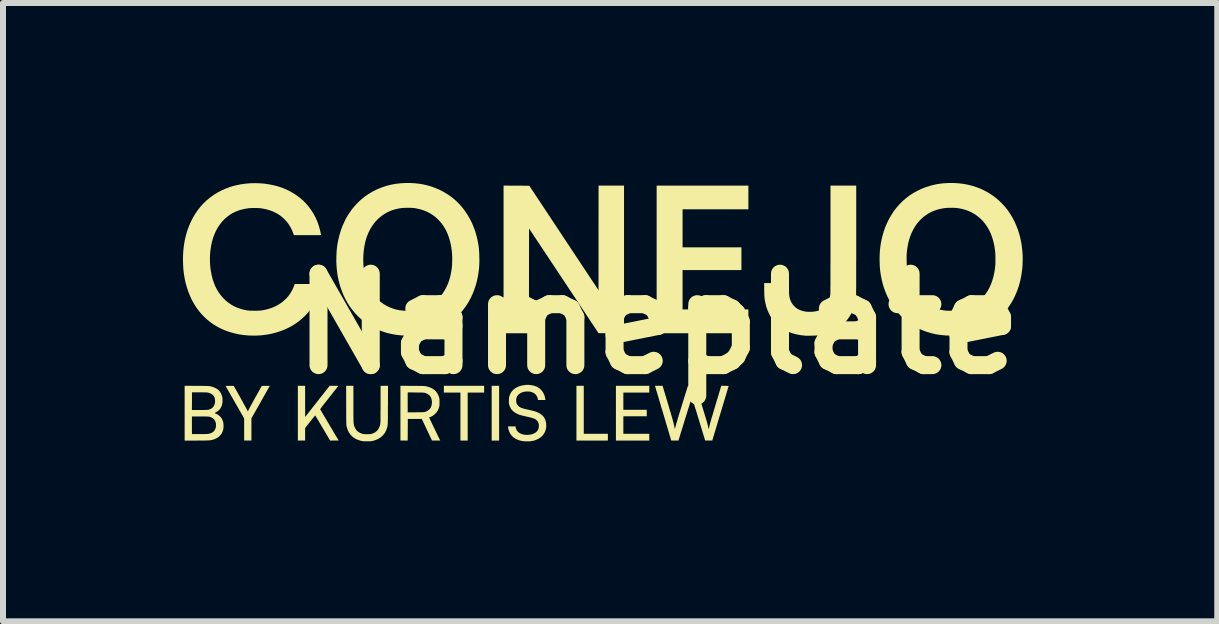
<source format=kicad_pcb>
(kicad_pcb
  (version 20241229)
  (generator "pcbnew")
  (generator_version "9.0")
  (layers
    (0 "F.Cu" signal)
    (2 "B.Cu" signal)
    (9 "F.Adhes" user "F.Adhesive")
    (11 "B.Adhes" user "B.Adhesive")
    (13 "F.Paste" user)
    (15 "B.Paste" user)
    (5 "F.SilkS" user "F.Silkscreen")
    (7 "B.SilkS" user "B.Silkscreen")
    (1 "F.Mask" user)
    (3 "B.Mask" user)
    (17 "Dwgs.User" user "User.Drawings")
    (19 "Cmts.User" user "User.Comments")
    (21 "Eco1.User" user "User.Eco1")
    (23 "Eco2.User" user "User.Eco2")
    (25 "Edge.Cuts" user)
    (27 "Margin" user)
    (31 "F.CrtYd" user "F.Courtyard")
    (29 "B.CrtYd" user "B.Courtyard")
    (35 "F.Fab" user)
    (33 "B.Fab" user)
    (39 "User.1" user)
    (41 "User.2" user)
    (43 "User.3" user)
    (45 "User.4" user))
  (footprint "Nameplate"
    (layer "F.Cu")
    (at 7.92 2.347)
    (property "Reference" "Nameplate" (at 0 0 0) (layer "F.SilkS") (effects (font (size 1.524 1.524) (thickness 0.3))))
    (attr board_only exclude_from_pos_files exclude_from_bom)
    (fp_poly (pts (xy -2.65 1.947) (xy -2.774 1.947) (xy -2.774 1.034) (xy -2.65 1.034)) (stroke (width 0) (type solid)) (fill yes) (layer "F.SilkS"))
    (fp_poly (pts (xy -1.239 1.834) (xy -0.837 1.834) (xy -0.837 1.947) (xy -1.361 1.947) (xy -1.361 1.034) (xy -1.239 1.034)) (stroke (width 0) (type solid)) (fill yes) (layer "F.SilkS"))
    (fp_poly (pts (xy -2.9 1.147) (xy -3.174 1.147) (xy -3.174 1.947) (xy -3.295 1.947) (xy -3.295 1.147) (xy -3.571 1.147) (xy -3.571 1.034) (xy -2.9 1.034)) (stroke (width 0) (type solid)) (fill yes) (layer "F.SilkS"))
    (fp_poly (pts (xy -0.147 1.147) (xy -0.579 1.147) (xy -0.579 1.434) (xy -0.189 1.434) (xy -0.189 1.542) (xy -0.579 1.542) (xy -0.579 1.834) (xy -0.147 1.834) (xy -0.147 1.947) (xy -0.703 1.947) (xy -0.703 1.034) (xy -0.147 1.034)) (stroke (width 0) (type solid)) (fill yes) (layer "F.SilkS"))
    (fp_poly (pts (xy 1.505 -1.908) (xy 0.408 -1.908) (xy 0.408 -1.274) (xy 1.389 -1.274) (xy 1.389 -0.895) (xy 0.408 -0.895) (xy 0.408 -0.239) (xy 1.505 -0.239) (xy 1.505 0.158) (xy -0.024 0.158) (xy -0.024 -2.303) (xy 1.505 -2.303)) (stroke (width 0) (type solid)) (fill yes) (layer "F.SilkS"))
    (fp_poly (pts (xy -2.362 -2.302) (xy -2.147 -2.301) (xy -1.57 -1.43) (xy -0.993 -0.559) (xy -0.993 -1.431) (xy -0.992 -2.303) (xy -0.568 -2.303) (xy -0.568 0.158) (xy -0.781 0.157) (xy -0.993 0.157) (xy -1.572 -0.716) (xy -2.151 -1.588) (xy -2.152 -0.715) (xy -2.153 0.158) (xy -2.576 0.158) (xy -2.576 -2.303)) (stroke (width 0) (type solid)) (fill yes) (layer "F.SilkS"))
    (fp_poly (pts (xy -7.104 1.035) (xy -7.091 1.035) (xy -7.082 1.035) (xy -7.076 1.036) (xy -7.073 1.037) (xy -7.072 1.037) (xy -7.07 1.04) (xy -7.066 1.048) (xy -7.06 1.059) (xy -7.052 1.073) (xy -7.042 1.091) (xy -7.031 1.11) (xy -7.018 1.133) (xy -7.005 1.156) (xy -6.991 1.182) (xy -6.976 1.208) (xy -6.962 1.234) (xy -6.947 1.261) (xy -6.932 1.287) (xy -6.918 1.313) (xy -6.905 1.338) (xy -6.892 1.361) (xy -6.881 1.382) (xy -6.87 1.4) (xy -6.862 1.416) (xy -6.855 1.429) (xy -6.85 1.438) (xy -6.848 1.443) (xy -6.847 1.443) (xy -6.839 1.462) (xy -6.82 1.424) (xy -6.815 1.415) (xy -6.809 1.402) (xy -6.8 1.386) (xy -6.789 1.366) (xy -6.777 1.344) (xy -6.764 1.319) (xy -6.749 1.293) (xy -6.734 1.265) (xy -6.718 1.236) (xy -6.704 1.211) (xy -6.607 1.036) (xy -6.54 1.035) (xy -6.522 1.035) (xy -6.506 1.035) (xy -6.492 1.035) (xy -6.482 1.035) (xy -6.475 1.035) (xy -6.474 1.036) (xy -6.475 1.038) (xy -6.479 1.045) (xy -6.485 1.056) (xy -6.493 1.07) (xy -6.503 1.088) (xy -6.515 1.109) (xy -6.528 1.133) (xy -6.543 1.159) (xy -6.559 1.188) (xy -6.577 1.219) (xy -6.595 1.252) (xy -6.614 1.286) (xy -6.626 1.307) (xy -6.779 1.576) (xy -6.779 1.947) (xy -6.9 1.947) (xy -6.9 1.762) (xy -6.9 1.578) (xy -7.055 1.307) (xy -7.21 1.036) (xy -7.143 1.035) (xy -7.121 1.035)) (stroke (width 0) (type solid)) (fill yes) (layer "F.SilkS"))
    (fp_poly (pts (xy -5.884 1.294) (xy -5.883 1.553) (xy -5.679 1.294) (xy -5.475 1.034) (xy -5.329 1.034) (xy -5.382 1.102) (xy -5.416 1.144) (xy -5.446 1.183) (xy -5.474 1.218) (xy -5.498 1.249) (xy -5.52 1.277) (xy -5.54 1.302) (xy -5.557 1.324) (xy -5.572 1.343) (xy -5.585 1.359) (xy -5.596 1.373) (xy -5.605 1.385) (xy -5.612 1.395) (xy -5.618 1.403) (xy -5.623 1.409) (xy -5.627 1.414) (xy -5.629 1.418) (xy -5.631 1.421) (xy -5.632 1.423) (xy -5.633 1.424) (xy -5.633 1.425) (xy -5.632 1.426) (xy -5.632 1.426) (xy -5.631 1.429) (xy -5.626 1.436) (xy -5.62 1.447) (xy -5.611 1.461) (xy -5.601 1.479) (xy -5.589 1.5) (xy -5.575 1.524) (xy -5.559 1.55) (xy -5.543 1.578) (xy -5.525 1.607) (xy -5.507 1.639) (xy -5.492 1.663) (xy -5.473 1.696) (xy -5.454 1.728) (xy -5.436 1.758) (xy -5.419 1.787) (xy -5.403 1.815) (xy -5.388 1.84) (xy -5.375 1.862) (xy -5.363 1.881) (xy -5.354 1.897) (xy -5.346 1.91) (xy -5.341 1.918) (xy -5.339 1.922) (xy -5.324 1.947) (xy -5.396 1.947) (xy -5.467 1.947) (xy -5.588 1.742) (xy -5.606 1.711) (xy -5.623 1.682) (xy -5.639 1.655) (xy -5.654 1.629) (xy -5.668 1.606) (xy -5.681 1.585) (xy -5.691 1.568) (xy -5.7 1.553) (xy -5.707 1.542) (xy -5.711 1.534) (xy -5.713 1.531) (xy -5.713 1.531) (xy -5.714 1.531) (xy -5.716 1.531) (xy -5.718 1.532) (xy -5.721 1.534) (xy -5.725 1.539) (xy -5.731 1.545) (xy -5.738 1.554) (xy -5.748 1.566) (xy -5.76 1.581) (xy -5.774 1.599) (xy -5.791 1.621) (xy -5.801 1.632) (xy -5.884 1.738) (xy -5.884 1.843) (xy -5.884 1.947) (xy -6.005 1.947) (xy -6.005 1.034) (xy -5.884 1.034)) (stroke (width 0) (type solid)) (fill yes) (layer "F.SilkS"))
    (fp_poly (pts (xy -4.097 1.035) (xy -4.06 1.035) (xy -4.027 1.035) (xy -3.999 1.036) (xy -3.975 1.036) (xy -3.955 1.036) (xy -3.938 1.036) (xy -3.924 1.037) (xy -3.913 1.037) (xy -3.903 1.038) (xy -3.895 1.038) (xy -3.888 1.039) (xy -3.882 1.04) (xy -3.876 1.04) (xy -3.871 1.041) (xy -3.87 1.042) (xy -3.829 1.052) (xy -3.792 1.065) (xy -3.759 1.082) (xy -3.73 1.102) (xy -3.705 1.126) (xy -3.684 1.153) (xy -3.667 1.184) (xy -3.653 1.218) (xy -3.649 1.231) (xy -3.647 1.238) (xy -3.646 1.246) (xy -3.645 1.254) (xy -3.644 1.264) (xy -3.644 1.276) (xy -3.644 1.293) (xy -3.644 1.307) (xy -3.644 1.326) (xy -3.644 1.341) (xy -3.644 1.352) (xy -3.645 1.362) (xy -3.646 1.37) (xy -3.648 1.378) (xy -3.65 1.386) (xy -3.661 1.421) (xy -3.677 1.453) (xy -3.697 1.481) (xy -3.721 1.507) (xy -3.748 1.528) (xy -3.779 1.546) (xy -3.795 1.553) (xy -3.805 1.557) (xy -3.812 1.561) (xy -3.815 1.563) (xy -3.816 1.564) (xy -3.815 1.566) (xy -3.811 1.573) (xy -3.806 1.584) (xy -3.8 1.598) (xy -3.792 1.615) (xy -3.782 1.635) (xy -3.772 1.657) (xy -3.761 1.68) (xy -3.749 1.705) (xy -3.737 1.73) (xy -3.724 1.756) (xy -3.712 1.782) (xy -3.7 1.807) (xy -3.688 1.831) (xy -3.678 1.853) (xy -3.668 1.874) (xy -3.659 1.892) (xy -3.651 1.908) (xy -3.645 1.92) (xy -3.641 1.929) (xy -3.64 1.93) (xy -3.631 1.947) (xy -3.769 1.946) (xy -3.854 1.766) (xy -3.939 1.586) (xy -4.172 1.586) (xy -4.174 1.947) (xy -4.295 1.947) (xy -4.295 1.144) (xy -4.174 1.144) (xy -4.174 1.477) (xy -4.039 1.476) (xy -4.008 1.475) (xy -3.982 1.475) (xy -3.961 1.475) (xy -3.943 1.475) (xy -3.928 1.474) (xy -3.917 1.474) (xy -3.908 1.473) (xy -3.901 1.473) (xy -3.895 1.472) (xy -3.891 1.471) (xy -3.888 1.47) (xy -3.861 1.46) (xy -3.836 1.446) (xy -3.815 1.429) (xy -3.798 1.41) (xy -3.794 1.405) (xy -3.783 1.382) (xy -3.775 1.357) (xy -3.771 1.33) (xy -3.77 1.302) (xy -3.772 1.275) (xy -3.779 1.249) (xy -3.788 1.225) (xy -3.794 1.216) (xy -3.81 1.195) (xy -3.831 1.178) (xy -3.855 1.164) (xy -3.883 1.153) (xy -3.886 1.152) (xy -3.891 1.151) (xy -3.896 1.15) (xy -3.901 1.149) (xy -3.907 1.148) (xy -3.915 1.147) (xy -3.924 1.147) (xy -3.936 1.147) (xy -3.951 1.146) (xy -3.969 1.146) (xy -3.991 1.146) (xy -4.018 1.146) (xy -4.04 1.145) (xy -4.174 1.144) (xy -4.295 1.144) (xy -4.295 1.034)) (stroke (width 0) (type solid)) (fill yes) (layer "F.SilkS"))
    (fp_poly (pts (xy -5.079 1.33) (xy -5.079 1.378) (xy -5.079 1.422) (xy -5.079 1.46) (xy -5.079 1.495) (xy -5.079 1.525) (xy -5.078 1.552) (xy -5.078 1.576) (xy -5.078 1.596) (xy -5.077 1.613) (xy -5.077 1.628) (xy -5.076 1.641) (xy -5.075 1.652) (xy -5.075 1.661) (xy -5.074 1.67) (xy -5.072 1.677) (xy -5.071 1.683) (xy -5.07 1.689) (xy -5.069 1.692) (xy -5.064 1.708) (xy -5.057 1.726) (xy -5.048 1.744) (xy -5.038 1.76) (xy -5.031 1.771) (xy -5.013 1.79) (xy -4.99 1.807) (xy -4.964 1.821) (xy -4.936 1.832) (xy -4.928 1.835) (xy -4.92 1.837) (xy -4.912 1.838) (xy -4.904 1.839) (xy -4.894 1.84) (xy -4.881 1.84) (xy -4.865 1.841) (xy -4.853 1.841) (xy -4.834 1.841) (xy -4.819 1.84) (xy -4.807 1.84) (xy -4.798 1.839) (xy -4.79 1.838) (xy -4.783 1.836) (xy -4.777 1.835) (xy -4.746 1.824) (xy -4.719 1.811) (xy -4.696 1.793) (xy -4.676 1.773) (xy -4.659 1.748) (xy -4.653 1.736) (xy -4.644 1.716) (xy -4.638 1.698) (xy -4.633 1.679) (xy -4.63 1.657) (xy -4.629 1.653) (xy -4.629 1.646) (xy -4.628 1.634) (xy -4.628 1.618) (xy -4.627 1.596) (xy -4.627 1.57) (xy -4.627 1.539) (xy -4.627 1.503) (xy -4.627 1.464) (xy -4.626 1.42) (xy -4.626 1.372) (xy -4.626 1.332) (xy -4.626 1.034) (xy -4.502 1.034) (xy -4.503 1.353) (xy -4.504 1.402) (xy -4.504 1.445) (xy -4.504 1.484) (xy -4.504 1.519) (xy -4.504 1.55) (xy -4.504 1.576) (xy -4.505 1.6) (xy -4.505 1.62) (xy -4.505 1.638) (xy -4.506 1.653) (xy -4.506 1.666) (xy -4.507 1.677) (xy -4.508 1.686) (xy -4.509 1.694) (xy -4.51 1.702) (xy -4.511 1.708) (xy -4.513 1.714) (xy -4.514 1.721) (xy -4.516 1.727) (xy -4.518 1.734) (xy -4.518 1.736) (xy -4.532 1.774) (xy -4.549 1.809) (xy -4.571 1.841) (xy -4.596 1.869) (xy -4.625 1.894) (xy -4.658 1.915) (xy -4.695 1.933) (xy -4.735 1.947) (xy -4.759 1.953) (xy -4.768 1.955) (xy -4.778 1.956) (xy -4.789 1.957) (xy -4.803 1.958) (xy -4.82 1.959) (xy -4.841 1.959) (xy -4.842 1.959) (xy -4.86 1.959) (xy -4.876 1.959) (xy -4.89 1.959) (xy -4.901 1.959) (xy -4.908 1.959) (xy -4.909 1.959) (xy -4.953 1.951) (xy -4.993 1.939) (xy -5.029 1.925) (xy -5.061 1.907) (xy -5.09 1.886) (xy -5.116 1.862) (xy -5.138 1.835) (xy -5.156 1.807) (xy -5.172 1.775) (xy -5.184 1.74) (xy -5.193 1.707) (xy -5.194 1.704) (xy -5.194 1.7) (xy -5.195 1.696) (xy -5.196 1.692) (xy -5.196 1.686) (xy -5.197 1.68) (xy -5.197 1.672) (xy -5.197 1.662) (xy -5.198 1.651) (xy -5.198 1.636) (xy -5.198 1.62) (xy -5.198 1.6) (xy -5.199 1.578) (xy -5.199 1.551) (xy -5.199 1.521) (xy -5.199 1.487) (xy -5.199 1.449) (xy -5.199 1.405) (xy -5.199 1.359) (xy -5.2 1.034) (xy -5.079 1.034)) (stroke (width 0) (type solid)) (fill yes) (layer "F.SilkS"))
    (fp_poly (pts (xy 3.303 -1.393) (xy 3.303 -1.303) (xy 3.303 -1.217) (xy 3.303 -1.135) (xy 3.303 -1.057) (xy 3.302 -0.984) (xy 3.302 -0.916) (xy 3.302 -0.852) (xy 3.302 -0.792) (xy 3.302 -0.737) (xy 3.302 -0.687) (xy 3.302 -0.641) (xy 3.302 -0.6) (xy 3.301 -0.564) (xy 3.301 -0.533) (xy 3.301 -0.507) (xy 3.301 -0.486) (xy 3.301 -0.47) (xy 3.3 -0.46) (xy 3.3 -0.454) (xy 3.3 -0.454) (xy 3.292 -0.39) (xy 3.279 -0.329) (xy 3.263 -0.271) (xy 3.241 -0.215) (xy 3.216 -0.163) (xy 3.187 -0.113) (xy 3.153 -0.067) (xy 3.115 -0.023) (xy 3.073 0.017) (xy 3.028 0.053) (xy 3.004 0.07) (xy 2.955 0.1) (xy 2.904 0.126) (xy 2.851 0.148) (xy 2.794 0.166) (xy 2.735 0.18) (xy 2.672 0.192) (xy 2.657 0.194) (xy 2.647 0.195) (xy 2.632 0.196) (xy 2.613 0.197) (xy 2.593 0.197) (xy 2.57 0.198) (xy 2.547 0.199) (xy 2.524 0.199) (xy 2.503 0.199) (xy 2.483 0.199) (xy 2.466 0.199) (xy 2.454 0.199) (xy 2.45 0.198) (xy 2.384 0.191) (xy 2.322 0.18) (xy 2.263 0.166) (xy 2.208 0.148) (xy 2.155 0.127) (xy 2.106 0.101) (xy 2.059 0.073) (xy 2.015 0.04) (xy 2.012 0.038) (xy 1.971 0.002) (xy 1.934 -0.038) (xy 1.9 -0.082) (xy 1.87 -0.129) (xy 1.844 -0.18) (xy 1.821 -0.233) (xy 1.802 -0.289) (xy 1.788 -0.348) (xy 1.787 -0.353) (xy 1.783 -0.371) (xy 1.78 -0.389) (xy 1.777 -0.405) (xy 1.775 -0.421) (xy 1.774 -0.438) (xy 1.772 -0.456) (xy 1.771 -0.476) (xy 1.77 -0.499) (xy 1.77 -0.526) (xy 1.769 -0.557) (xy 1.769 -0.568) (xy 1.768 -0.679) (xy 2.181 -0.679) (xy 2.182 -0.581) (xy 2.183 -0.551) (xy 2.183 -0.527) (xy 2.184 -0.506) (xy 2.185 -0.488) (xy 2.186 -0.472) (xy 2.188 -0.459) (xy 2.19 -0.446) (xy 2.193 -0.434) (xy 2.196 -0.422) (xy 2.2 -0.409) (xy 2.201 -0.406) (xy 2.212 -0.377) (xy 2.225 -0.351) (xy 2.24 -0.327) (xy 2.258 -0.305) (xy 2.27 -0.293) (xy 2.296 -0.268) (xy 2.325 -0.248) (xy 2.358 -0.231) (xy 2.394 -0.218) (xy 2.434 -0.207) (xy 2.447 -0.205) (xy 2.462 -0.203) (xy 2.476 -0.201) (xy 2.492 -0.2) (xy 2.512 -0.2) (xy 2.528 -0.199) (xy 2.568 -0.2) (xy 2.604 -0.204) (xy 2.637 -0.209) (xy 2.668 -0.218) (xy 2.697 -0.229) (xy 2.712 -0.235) (xy 2.745 -0.254) (xy 2.774 -0.277) (xy 2.799 -0.303) (xy 2.821 -0.333) (xy 2.839 -0.367) (xy 2.853 -0.405) (xy 2.864 -0.446) (xy 2.871 -0.491) (xy 2.871 -0.494) (xy 2.871 -0.5) (xy 2.872 -0.51) (xy 2.872 -0.525) (xy 2.872 -0.546) (xy 2.872 -0.571) (xy 2.872 -0.601) (xy 2.873 -0.637) (xy 2.873 -0.677) (xy 2.873 -0.722) (xy 2.873 -0.773) (xy 2.873 -0.828) (xy 2.873 -0.889) (xy 2.873 -0.955) (xy 2.874 -1.026) (xy 2.874 -1.102) (xy 2.874 -1.183) (xy 2.874 -1.27) (xy 2.874 -1.362) (xy 2.874 -1.412) (xy 2.874 -2.303) (xy 3.303 -2.303)) (stroke (width 0) (type solid)) (fill yes) (layer "F.SilkS"))
    (fp_poly (pts (xy -2.15 1.019) (xy -2.109 1.024) (xy -2.07 1.032) (xy -2.035 1.044) (xy -2.002 1.061) (xy -1.973 1.081) (xy -1.948 1.104) (xy -1.926 1.131) (xy -1.908 1.162) (xy -1.894 1.196) (xy -1.884 1.233) (xy -1.88 1.257) (xy -1.878 1.271) (xy -2.002 1.271) (xy -2.006 1.25) (xy -2.014 1.223) (xy -2.026 1.199) (xy -2.042 1.178) (xy -2.062 1.161) (xy -2.086 1.147) (xy -2.113 1.137) (xy -2.129 1.133) (xy -2.145 1.13) (xy -2.165 1.129) (xy -2.186 1.129) (xy -2.207 1.13) (xy -2.227 1.133) (xy -2.243 1.135) (xy -2.246 1.136) (xy -2.276 1.147) (xy -2.302 1.16) (xy -2.323 1.177) (xy -2.341 1.197) (xy -2.35 1.211) (xy -2.359 1.23) (xy -2.364 1.249) (xy -2.366 1.27) (xy -2.366 1.276) (xy -2.364 1.303) (xy -2.358 1.328) (xy -2.347 1.349) (xy -2.333 1.367) (xy -2.314 1.383) (xy -2.296 1.394) (xy -2.289 1.397) (xy -2.282 1.401) (xy -2.275 1.403) (xy -2.267 1.406) (xy -2.258 1.409) (xy -2.247 1.413) (xy -2.233 1.416) (xy -2.216 1.42) (xy -2.195 1.425) (xy -2.171 1.431) (xy -2.151 1.436) (xy -2.129 1.441) (xy -2.108 1.446) (xy -2.087 1.451) (xy -2.069 1.456) (xy -2.054 1.46) (xy -2.042 1.464) (xy -2.038 1.465) (xy -2.001 1.48) (xy -1.969 1.497) (xy -1.941 1.518) (xy -1.917 1.54) (xy -1.898 1.566) (xy -1.883 1.595) (xy -1.872 1.626) (xy -1.866 1.661) (xy -1.866 1.665) (xy -1.864 1.702) (xy -1.867 1.739) (xy -1.875 1.773) (xy -1.888 1.806) (xy -1.905 1.836) (xy -1.926 1.864) (xy -1.939 1.877) (xy -1.967 1.9) (xy -2 1.92) (xy -2.035 1.936) (xy -2.074 1.949) (xy -2.114 1.956) (xy -2.133 1.959) (xy -2.155 1.96) (xy -2.179 1.96) (xy -2.204 1.96) (xy -2.227 1.959) (xy -2.248 1.957) (xy -2.262 1.955) (xy -2.304 1.946) (xy -2.342 1.933) (xy -2.376 1.917) (xy -2.406 1.897) (xy -2.432 1.874) (xy -2.454 1.848) (xy -2.472 1.818) (xy -2.483 1.794) (xy -2.492 1.768) (xy -2.498 1.743) (xy -2.5 1.73) (xy -2.502 1.711) (xy -2.377 1.711) (xy -2.374 1.73) (xy -2.367 1.754) (xy -2.356 1.776) (xy -2.341 1.796) (xy -2.322 1.813) (xy -2.299 1.827) (xy -2.273 1.839) (xy -2.245 1.847) (xy -2.214 1.851) (xy -2.18 1.852) (xy -2.17 1.852) (xy -2.133 1.848) (xy -2.1 1.841) (xy -2.071 1.83) (xy -2.047 1.816) (xy -2.026 1.799) (xy -2.008 1.778) (xy -2.008 1.778) (xy -1.998 1.759) (xy -1.991 1.738) (xy -1.988 1.715) (xy -1.987 1.712) (xy -1.988 1.685) (xy -1.992 1.662) (xy -2 1.641) (xy -2.011 1.623) (xy -2.019 1.615) (xy -2.027 1.606) (xy -2.035 1.599) (xy -2.043 1.593) (xy -2.053 1.587) (xy -2.064 1.582) (xy -2.077 1.577) (xy -2.093 1.572) (xy -2.112 1.566) (xy -2.135 1.561) (xy -2.162 1.554) (xy -2.182 1.55) (xy -2.211 1.543) (xy -2.237 1.537) (xy -2.258 1.532) (xy -2.276 1.527) (xy -2.291 1.523) (xy -2.303 1.52) (xy -2.314 1.516) (xy -2.324 1.513) (xy -2.332 1.509) (xy -2.341 1.505) (xy -2.346 1.503) (xy -2.379 1.485) (xy -2.408 1.465) (xy -2.431 1.443) (xy -2.451 1.418) (xy -2.466 1.39) (xy -2.471 1.378) (xy -2.478 1.359) (xy -2.483 1.342) (xy -2.486 1.325) (xy -2.487 1.306) (xy -2.488 1.283) (xy -2.488 1.282) (xy -2.487 1.255) (xy -2.484 1.231) (xy -2.479 1.209) (xy -2.472 1.188) (xy -2.468 1.179) (xy -2.453 1.148) (xy -2.433 1.121) (xy -2.409 1.096) (xy -2.381 1.075) (xy -2.35 1.057) (xy -2.315 1.042) (xy -2.277 1.031) (xy -2.237 1.023) (xy -2.195 1.019)) (stroke (width 0) (type solid)) (fill yes) (layer "F.SilkS"))
    (fp_poly (pts (xy -7.694 1.035) (xy -7.656 1.035) (xy -7.624 1.035) (xy -7.595 1.035) (xy -7.571 1.036) (xy -7.551 1.036) (xy -7.533 1.036) (xy -7.519 1.037) (xy -7.507 1.037) (xy -7.497 1.038) (xy -7.489 1.038) (xy -7.483 1.039) (xy -7.477 1.04) (xy -7.472 1.04) (xy -7.471 1.041) (xy -7.432 1.05) (xy -7.396 1.063) (xy -7.364 1.079) (xy -7.337 1.098) (xy -7.313 1.121) (xy -7.294 1.147) (xy -7.279 1.176) (xy -7.268 1.208) (xy -7.265 1.222) (xy -7.262 1.238) (xy -7.261 1.257) (xy -7.261 1.278) (xy -7.261 1.3) (xy -7.263 1.319) (xy -7.265 1.332) (xy -7.273 1.364) (xy -7.285 1.393) (xy -7.301 1.419) (xy -7.322 1.441) (xy -7.347 1.461) (xy -7.375 1.478) (xy -7.385 1.483) (xy -7.391 1.487) (xy -7.393 1.489) (xy -7.391 1.491) (xy -7.391 1.491) (xy -7.364 1.502) (xy -7.341 1.514) (xy -7.321 1.528) (xy -7.301 1.546) (xy -7.301 1.546) (xy -7.29 1.558) (xy -7.282 1.568) (xy -7.275 1.578) (xy -7.268 1.591) (xy -7.267 1.592) (xy -7.258 1.614) (xy -7.251 1.635) (xy -7.247 1.657) (xy -7.244 1.68) (xy -7.244 1.703) (xy -7.245 1.736) (xy -7.25 1.765) (xy -7.258 1.792) (xy -7.269 1.818) (xy -7.28 1.836) (xy -7.3 1.862) (xy -7.324 1.885) (xy -7.352 1.904) (xy -7.384 1.92) (xy -7.413 1.93) (xy -7.422 1.933) (xy -7.43 1.935) (xy -7.438 1.937) (xy -7.446 1.939) (xy -7.454 1.94) (xy -7.463 1.942) (xy -7.473 1.943) (xy -7.485 1.944) (xy -7.499 1.944) (xy -7.515 1.945) (xy -7.534 1.945) (xy -7.556 1.946) (xy -7.582 1.946) (xy -7.612 1.946) (xy -7.646 1.946) (xy -7.686 1.947) (xy -7.686 1.947) (xy -7.892 1.948) (xy -7.892 1.69) (xy -7.771 1.69) (xy -7.771 1.718) (xy -7.771 1.743) (xy -7.771 1.767) (xy -7.771 1.788) (xy -7.77 1.806) (xy -7.77 1.82) (xy -7.77 1.831) (xy -7.77 1.836) (xy -7.769 1.838) (xy -7.766 1.838) (xy -7.759 1.839) (xy -7.747 1.839) (xy -7.732 1.839) (xy -7.714 1.839) (xy -7.694 1.839) (xy -7.672 1.839) (xy -7.649 1.839) (xy -7.627 1.839) (xy -7.604 1.839) (xy -7.583 1.839) (xy -7.563 1.839) (xy -7.545 1.838) (xy -7.53 1.838) (xy -7.518 1.837) (xy -7.511 1.837) (xy -7.479 1.832) (xy -7.452 1.823) (xy -7.429 1.811) (xy -7.409 1.795) (xy -7.393 1.776) (xy -7.381 1.753) (xy -7.375 1.735) (xy -7.371 1.72) (xy -7.37 1.701) (xy -7.37 1.681) (xy -7.371 1.661) (xy -7.375 1.644) (xy -7.376 1.64) (xy -7.386 1.617) (xy -7.399 1.596) (xy -7.418 1.579) (xy -7.44 1.565) (xy -7.447 1.561) (xy -7.455 1.557) (xy -7.462 1.555) (xy -7.469 1.552) (xy -7.477 1.55) (xy -7.486 1.549) (xy -7.496 1.547) (xy -7.508 1.546) (xy -7.523 1.546) (xy -7.541 1.545) (xy -7.563 1.545) (xy -7.588 1.545) (xy -7.618 1.545) (xy -7.637 1.545) (xy -7.771 1.545) (xy -7.771 1.69) (xy -7.892 1.69) (xy -7.892 1.437) (xy -7.771 1.437) (xy -7.644 1.437) (xy -7.613 1.437) (xy -7.587 1.437) (xy -7.565 1.437) (xy -7.547 1.436) (xy -7.532 1.436) (xy -7.521 1.435) (xy -7.512 1.435) (xy -7.504 1.434) (xy -7.498 1.433) (xy -7.497 1.433) (xy -7.47 1.425) (xy -7.446 1.413) (xy -7.426 1.397) (xy -7.41 1.378) (xy -7.398 1.356) (xy -7.389 1.331) (xy -7.385 1.303) (xy -7.385 1.279) (xy -7.388 1.253) (xy -7.393 1.231) (xy -7.402 1.212) (xy -7.415 1.195) (xy -7.426 1.184) (xy -7.445 1.17) (xy -7.468 1.158) (xy -7.495 1.149) (xy -7.499 1.148) (xy -7.504 1.147) (xy -7.51 1.146) (xy -7.516 1.145) (xy -7.524 1.145) (xy -7.534 1.144) (xy -7.546 1.144) (xy -7.56 1.144) (xy -7.579 1.144) (xy -7.601 1.143) (xy -7.628 1.143) (xy -7.645 1.143) (xy -7.77 1.143) (xy -7.77 1.29) (xy -7.771 1.437) (xy -7.892 1.437) (xy -7.892 1.034)) (stroke (width 0) (type solid)) (fill yes) (layer "F.SilkS"))
    (fp_poly (pts (xy 0.158 1.311) (xy 0.172 1.358) (xy 0.184 1.4) (xy 0.195 1.438) (xy 0.206 1.471) (xy 0.214 1.501) (xy 0.222 1.528) (xy 0.229 1.552) (xy 0.235 1.573) (xy 0.241 1.592) (xy 0.245 1.609) (xy 0.25 1.625) (xy 0.253 1.639) (xy 0.257 1.653) (xy 0.26 1.666) (xy 0.263 1.679) (xy 0.266 1.692) (xy 0.269 1.705) (xy 0.272 1.72) (xy 0.276 1.736) (xy 0.279 1.75) (xy 0.28 1.754) (xy 0.281 1.755) (xy 0.282 1.752) (xy 0.283 1.746) (xy 0.286 1.735) (xy 0.286 1.733) (xy 0.289 1.721) (xy 0.293 1.707) (xy 0.297 1.692) (xy 0.301 1.675) (xy 0.306 1.656) (xy 0.313 1.635) (xy 0.32 1.611) (xy 0.328 1.583) (xy 0.337 1.553) (xy 0.347 1.519) (xy 0.359 1.481) (xy 0.372 1.439) (xy 0.386 1.393) (xy 0.402 1.343) (xy 0.41 1.314) (xy 0.497 1.036) (xy 0.63 1.036) (xy 0.716 1.316) (xy 0.731 1.365) (xy 0.745 1.409) (xy 0.757 1.449) (xy 0.768 1.485) (xy 0.778 1.517) (xy 0.787 1.545) (xy 0.794 1.57) (xy 0.801 1.593) (xy 0.807 1.612) (xy 0.812 1.63) (xy 0.816 1.645) (xy 0.82 1.659) (xy 0.823 1.671) (xy 0.826 1.682) (xy 0.829 1.693) (xy 0.831 1.703) (xy 0.833 1.713) (xy 0.834 1.717) (xy 0.837 1.73) (xy 0.84 1.742) (xy 0.842 1.75) (xy 0.843 1.754) (xy 0.843 1.755) (xy 0.844 1.755) (xy 0.845 1.752) (xy 0.847 1.746) (xy 0.849 1.737) (xy 0.852 1.724) (xy 0.853 1.72) (xy 0.855 1.71) (xy 0.857 1.701) (xy 0.859 1.691) (xy 0.862 1.68) (xy 0.865 1.669) (xy 0.868 1.656) (xy 0.872 1.641) (xy 0.877 1.625) (xy 0.882 1.606) (xy 0.888 1.584) (xy 0.895 1.56) (xy 0.904 1.533) (xy 0.913 1.502) (xy 0.923 1.467) (xy 0.935 1.428) (xy 0.948 1.385) (xy 0.961 1.341) (xy 0.972 1.303) (xy 0.983 1.266) (xy 0.994 1.231) (xy 1.004 1.198) (xy 1.013 1.167) (xy 1.021 1.139) (xy 1.029 1.114) (xy 1.035 1.092) (xy 1.041 1.074) (xy 1.045 1.059) (xy 1.048 1.049) (xy 1.05 1.044) (xy 1.05 1.043) (xy 1.053 1.034) (xy 1.115 1.034) (xy 1.133 1.034) (xy 1.148 1.035) (xy 1.161 1.035) (xy 1.17 1.036) (xy 1.176 1.036) (xy 1.176 1.037) (xy 1.176 1.039) (xy 1.173 1.047) (xy 1.17 1.058) (xy 1.165 1.074) (xy 1.159 1.094) (xy 1.152 1.117) (xy 1.144 1.144) (xy 1.136 1.173) (xy 1.126 1.205) (xy 1.116 1.239) (xy 1.105 1.275) (xy 1.094 1.313) (xy 1.082 1.352) (xy 1.07 1.392) (xy 1.058 1.433) (xy 1.045 1.474) (xy 1.033 1.515) (xy 1.02 1.556) (xy 1.008 1.597) (xy 0.996 1.637) (xy 0.985 1.676) (xy 0.973 1.713) (xy 0.963 1.748) (xy 0.953 1.782) (xy 0.943 1.813) (xy 0.935 1.841) (xy 0.927 1.867) (xy 0.92 1.889) (xy 0.915 1.907) (xy 0.91 1.922) (xy 0.907 1.932) (xy 0.905 1.938) (xy 0.905 1.939) (xy 0.902 1.947) (xy 0.785 1.947) (xy 0.675 1.587) (xy 0.662 1.545) (xy 0.65 1.504) (xy 0.638 1.465) (xy 0.626 1.428) (xy 0.615 1.393) (xy 0.605 1.36) (xy 0.596 1.331) (xy 0.588 1.304) (xy 0.581 1.281) (xy 0.575 1.262) (xy 0.57 1.246) (xy 0.566 1.235) (xy 0.564 1.228) (xy 0.563 1.226) (xy 0.562 1.229) (xy 0.56 1.236) (xy 0.556 1.248) (xy 0.551 1.264) (xy 0.545 1.283) (xy 0.538 1.306) (xy 0.529 1.333) (xy 0.52 1.363) (xy 0.51 1.395) (xy 0.499 1.429) (xy 0.488 1.466) (xy 0.476 1.505) (xy 0.463 1.545) (xy 0.458 1.563) (xy 0.445 1.604) (xy 0.433 1.644) (xy 0.421 1.683) (xy 0.41 1.719) (xy 0.399 1.754) (xy 0.389 1.787) (xy 0.379 1.817) (xy 0.371 1.844) (xy 0.364 1.867) (xy 0.358 1.887) (xy 0.353 1.903) (xy 0.349 1.915) (xy 0.347 1.922) (xy 0.347 1.923) (xy 0.339 1.947) (xy 0.219 1.947) (xy 0.095 1.528) (xy 0.081 1.482) (xy 0.068 1.437) (xy 0.054 1.393) (xy 0.042 1.35) (xy 0.03 1.31) (xy 0.018 1.271) (xy 0.008 1.235) (xy -0.002 1.202) (xy -0.011 1.172) (xy -0.019 1.145) (xy -0.026 1.122) (xy -0.032 1.103) (xy -0.036 1.087) (xy -0.039 1.077) (xy -0.041 1.072) (xy -0.052 1.034) (xy 0.075 1.034)) (stroke (width 0) (type solid)) (fill yes) (layer "F.SilkS"))
    (fp_poly (pts (xy -6.645 -2.342) (xy -6.567 -2.336) (xy -6.49 -2.325) (xy -6.415 -2.31) (xy -6.342 -2.292) (xy -6.272 -2.269) (xy -6.218 -2.247) (xy -6.151 -2.216) (xy -6.087 -2.18) (xy -6.026 -2.141) (xy -5.969 -2.098) (xy -5.916 -2.052) (xy -5.867 -2.002) (xy -5.821 -1.948) (xy -5.78 -1.891) (xy -5.743 -1.832) (xy -5.709 -1.769) (xy -5.68 -1.703) (xy -5.656 -1.634) (xy -5.636 -1.562) (xy -5.625 -1.515) (xy -5.623 -1.503) (xy -5.621 -1.492) (xy -5.619 -1.484) (xy -5.618 -1.479) (xy -5.618 -1.479) (xy -5.62 -1.479) (xy -5.625 -1.478) (xy -5.632 -1.478) (xy -5.644 -1.477) (xy -5.659 -1.477) (xy -5.678 -1.477) (xy -5.702 -1.477) (xy -5.73 -1.477) (xy -5.762 -1.477) (xy -5.799 -1.477) (xy -5.842 -1.477) (xy -5.845 -1.477) (xy -6.071 -1.478) (xy -6.081 -1.505) (xy -6.102 -1.559) (xy -6.127 -1.609) (xy -6.157 -1.657) (xy -6.19 -1.701) (xy -6.221 -1.735) (xy -6.253 -1.766) (xy -6.285 -1.793) (xy -6.319 -1.817) (xy -6.355 -1.84) (xy -6.383 -1.854) (xy -6.431 -1.876) (xy -6.481 -1.894) (xy -6.534 -1.909) (xy -6.591 -1.92) (xy -6.636 -1.927) (xy -6.653 -1.928) (xy -6.674 -1.929) (xy -6.697 -1.93) (xy -6.723 -1.93) (xy -6.749 -1.93) (xy -6.774 -1.929) (xy -6.798 -1.928) (xy -6.818 -1.927) (xy -6.833 -1.925) (xy -6.893 -1.915) (xy -6.949 -1.902) (xy -7.001 -1.885) (xy -7.051 -1.865) (xy -7.099 -1.841) (xy -7.139 -1.816) (xy -7.186 -1.781) (xy -7.229 -1.743) (xy -7.27 -1.7) (xy -7.306 -1.654) (xy -7.34 -1.604) (xy -7.369 -1.551) (xy -7.395 -1.494) (xy -7.417 -1.434) (xy -7.436 -1.37) (xy -7.45 -1.304) (xy -7.46 -1.239) (xy -7.468 -1.167) (xy -7.471 -1.094) (xy -7.47 -1.022) (xy -7.465 -0.951) (xy -7.456 -0.882) (xy -7.443 -0.814) (xy -7.427 -0.749) (xy -7.406 -0.687) (xy -7.383 -0.628) (xy -7.381 -0.625) (xy -7.353 -0.57) (xy -7.322 -0.519) (xy -7.286 -0.471) (xy -7.248 -0.427) (xy -7.206 -0.386) (xy -7.161 -0.35) (xy -7.113 -0.317) (xy -7.063 -0.289) (xy -7.01 -0.266) (xy -6.955 -0.247) (xy -6.911 -0.235) (xy -6.888 -0.23) (xy -6.867 -0.226) (xy -6.848 -0.223) (xy -6.829 -0.221) (xy -6.809 -0.219) (xy -6.788 -0.218) (xy -6.763 -0.218) (xy -6.735 -0.217) (xy -6.73 -0.217) (xy -6.701 -0.217) (xy -6.675 -0.218) (xy -6.653 -0.219) (xy -6.632 -0.22) (xy -6.613 -0.222) (xy -6.593 -0.225) (xy -6.572 -0.229) (xy -6.551 -0.233) (xy -6.492 -0.248) (xy -6.435 -0.267) (xy -6.382 -0.29) (xy -6.331 -0.317) (xy -6.284 -0.347) (xy -6.241 -0.382) (xy -6.201 -0.419) (xy -6.164 -0.46) (xy -6.132 -0.505) (xy -6.104 -0.552) (xy -6.08 -0.603) (xy -6.068 -0.632) (xy -6.057 -0.663) (xy -5.611 -0.663) (xy -5.616 -0.64) (xy -5.633 -0.568) (xy -5.655 -0.499) (xy -5.682 -0.432) (xy -5.713 -0.367) (xy -5.749 -0.305) (xy -5.789 -0.246) (xy -5.833 -0.19) (xy -5.881 -0.137) (xy -5.933 -0.088) (xy -5.989 -0.041) (xy -6.049 0.001) (xy -6.084 0.024) (xy -6.151 0.061) (xy -6.22 0.094) (xy -6.292 0.122) (xy -6.366 0.146) (xy -6.443 0.166) (xy -6.522 0.181) (xy -6.602 0.191) (xy -6.649 0.195) (xy -6.671 0.196) (xy -6.698 0.197) (xy -6.727 0.197) (xy -6.756 0.197) (xy -6.785 0.196) (xy -6.812 0.196) (xy -6.835 0.195) (xy -6.837 0.194) (xy -6.916 0.187) (xy -6.994 0.175) (xy -7.07 0.158) (xy -7.144 0.137) (xy -7.215 0.112) (xy -7.284 0.082) (xy -7.35 0.048) (xy -7.412 0.01) (xy -7.442 -0.011) (xy -7.476 -0.036) (xy -7.512 -0.065) (xy -7.547 -0.097) (xy -7.581 -0.13) (xy -7.613 -0.164) (xy -7.641 -0.197) (xy -7.648 -0.205) (xy -7.693 -0.265) (xy -7.734 -0.329) (xy -7.771 -0.396) (xy -7.804 -0.467) (xy -7.833 -0.54) (xy -7.858 -0.616) (xy -7.879 -0.695) (xy -7.889 -0.741) (xy -7.903 -0.821) (xy -7.913 -0.903) (xy -7.918 -0.987) (xy -7.92 -1.072) (xy -7.918 -1.156) (xy -7.912 -1.24) (xy -7.902 -1.322) (xy -7.889 -1.395) (xy -7.871 -1.473) (xy -7.849 -1.549) (xy -7.822 -1.623) (xy -7.792 -1.693) (xy -7.758 -1.761) (xy -7.72 -1.826) (xy -7.679 -1.887) (xy -7.634 -1.945) (xy -7.586 -1.999) (xy -7.535 -2.049) (xy -7.53 -2.053) (xy -7.471 -2.102) (xy -7.409 -2.147) (xy -7.345 -2.187) (xy -7.278 -2.222) (xy -7.208 -2.253) (xy -7.136 -2.28) (xy -7.061 -2.302) (xy -6.983 -2.319) (xy -6.959 -2.324) (xy -6.881 -2.335) (xy -6.802 -2.342) (xy -6.723 -2.344)) (stroke (width 0) (type solid)) (fill yes) (layer "F.SilkS"))
    (fp_poly (pts (xy 4.934 -2.346) (xy 5.016 -2.341) (xy 5.096 -2.331) (xy 5.173 -2.316) (xy 5.249 -2.296) (xy 5.323 -2.271) (xy 5.395 -2.242) (xy 5.428 -2.226) (xy 5.495 -2.191) (xy 5.558 -2.151) (xy 5.619 -2.107) (xy 5.676 -2.059) (xy 5.73 -2.007) (xy 5.781 -1.952) (xy 5.828 -1.893) (xy 5.871 -1.83) (xy 5.91 -1.764) (xy 5.946 -1.695) (xy 5.977 -1.622) (xy 6 -1.561) (xy 6.025 -1.482) (xy 6.044 -1.401) (xy 6.06 -1.317) (xy 6.07 -1.233) (xy 6.077 -1.147) (xy 6.078 -1.062) (xy 6.075 -0.976) (xy 6.067 -0.89) (xy 6.055 -0.806) (xy 6.038 -0.722) (xy 6.034 -0.706) (xy 6.012 -0.627) (xy 5.986 -0.55) (xy 5.955 -0.477) (xy 5.921 -0.406) (xy 5.882 -0.338) (xy 5.838 -0.273) (xy 5.801 -0.224) (xy 5.787 -0.206) (xy 5.769 -0.187) (xy 5.749 -0.165) (xy 5.727 -0.143) (xy 5.705 -0.121) (xy 5.683 -0.1) (xy 5.662 -0.08) (xy 5.643 -0.064) (xy 5.632 -0.054) (xy 5.57 -0.009) (xy 5.506 0.033) (xy 5.439 0.069) (xy 5.37 0.101) (xy 5.298 0.129) (xy 5.224 0.152) (xy 5.147 0.171) (xy 5.069 0.184) (xy 4.988 0.193) (xy 4.969 0.195) (xy 4.947 0.196) (xy 4.921 0.197) (xy 4.893 0.197) (xy 4.863 0.197) (xy 4.835 0.196) (xy 4.809 0.196) (xy 4.786 0.194) (xy 4.784 0.194) (xy 4.704 0.186) (xy 4.626 0.174) (xy 4.55 0.156) (xy 4.476 0.134) (xy 4.405 0.107) (xy 4.337 0.077) (xy 4.271 0.041) (xy 4.208 0.002) (xy 4.148 -0.042) (xy 4.091 -0.089) (xy 4.038 -0.141) (xy 3.988 -0.196) (xy 3.941 -0.255) (xy 3.898 -0.317) (xy 3.859 -0.384) (xy 3.823 -0.453) (xy 3.792 -0.526) (xy 3.767 -0.593) (xy 3.745 -0.664) (xy 3.728 -0.733) (xy 3.714 -0.804) (xy 3.703 -0.875) (xy 3.696 -0.949) (xy 3.693 -1.025) (xy 3.692 -1.074) (xy 3.693 -1.104) (xy 4.143 -1.104) (xy 4.143 -1.077) (xy 4.143 -1.049) (xy 4.144 -1.021) (xy 4.144 -0.994) (xy 4.146 -0.969) (xy 4.147 -0.948) (xy 4.149 -0.933) (xy 4.157 -0.872) (xy 4.168 -0.815) (xy 4.181 -0.761) (xy 4.197 -0.709) (xy 4.216 -0.659) (xy 4.238 -0.61) (xy 4.241 -0.604) (xy 4.27 -0.549) (xy 4.303 -0.499) (xy 4.34 -0.452) (xy 4.38 -0.408) (xy 4.424 -0.369) (xy 4.449 -0.35) (xy 4.495 -0.319) (xy 4.545 -0.291) (xy 4.598 -0.268) (xy 4.653 -0.248) (xy 4.711 -0.233) (xy 4.771 -0.222) (xy 4.791 -0.22) (xy 4.811 -0.218) (xy 4.835 -0.217) (xy 4.862 -0.217) (xy 4.891 -0.217) (xy 4.919 -0.217) (xy 4.947 -0.219) (xy 4.972 -0.22) (xy 4.994 -0.222) (xy 5.001 -0.224) (xy 5.063 -0.235) (xy 5.122 -0.251) (xy 5.177 -0.272) (xy 5.23 -0.297) (xy 5.281 -0.326) (xy 5.328 -0.36) (xy 5.334 -0.365) (xy 5.379 -0.404) (xy 5.42 -0.447) (xy 5.457 -0.494) (xy 5.491 -0.544) (xy 5.521 -0.598) (xy 5.548 -0.656) (xy 5.57 -0.717) (xy 5.589 -0.781) (xy 5.604 -0.848) (xy 5.615 -0.918) (xy 5.621 -0.977) (xy 5.622 -0.994) (xy 5.623 -1.016) (xy 5.623 -1.04) (xy 5.623 -1.067) (xy 5.623 -1.094) (xy 5.623 -1.122) (xy 5.622 -1.149) (xy 5.621 -1.173) (xy 5.619 -1.195) (xy 5.618 -1.213) (xy 5.617 -1.218) (xy 5.607 -1.289) (xy 5.593 -1.355) (xy 5.576 -1.418) (xy 5.556 -1.477) (xy 5.532 -1.533) (xy 5.505 -1.585) (xy 5.481 -1.624) (xy 5.448 -1.671) (xy 5.411 -1.715) (xy 5.37 -1.756) (xy 5.327 -1.792) (xy 5.282 -1.825) (xy 5.268 -1.833) (xy 5.223 -1.858) (xy 5.174 -1.88) (xy 5.122 -1.899) (xy 5.068 -1.914) (xy 5.013 -1.925) (xy 4.982 -1.929) (xy 4.966 -1.931) (xy 4.947 -1.932) (xy 4.925 -1.933) (xy 4.9 -1.933) (xy 4.875 -1.933) (xy 4.85 -1.933) (xy 4.827 -1.932) (xy 4.805 -1.931) (xy 4.787 -1.929) (xy 4.775 -1.928) (xy 4.714 -1.917) (xy 4.656 -1.903) (xy 4.602 -1.884) (xy 4.552 -1.863) (xy 4.504 -1.837) (xy 4.458 -1.807) (xy 4.449 -1.8) (xy 4.403 -1.763) (xy 4.361 -1.722) (xy 4.322 -1.677) (xy 4.287 -1.628) (xy 4.256 -1.576) (xy 4.228 -1.52) (xy 4.204 -1.461) (xy 4.184 -1.398) (xy 4.167 -1.332) (xy 4.155 -1.263) (xy 4.146 -1.191) (xy 4.145 -1.171) (xy 4.143 -1.152) (xy 4.143 -1.13) (xy 4.143 -1.104) (xy 3.693 -1.104) (xy 3.693 -1.127) (xy 3.695 -1.177) (xy 3.698 -1.225) (xy 3.703 -1.271) (xy 3.71 -1.319) (xy 3.718 -1.368) (xy 3.719 -1.37) (xy 3.736 -1.451) (xy 3.758 -1.529) (xy 3.784 -1.604) (xy 3.815 -1.677) (xy 3.849 -1.746) (xy 3.887 -1.812) (xy 3.928 -1.875) (xy 3.974 -1.935) (xy 4.023 -1.991) (xy 4.075 -2.043) (xy 4.131 -2.092) (xy 4.19 -2.137) (xy 4.252 -2.178) (xy 4.318 -2.214) (xy 4.386 -2.247) (xy 4.457 -2.275) (xy 4.531 -2.299) (xy 4.568 -2.309) (xy 4.632 -2.324) (xy 4.698 -2.335) (xy 4.766 -2.342) (xy 4.837 -2.346) (xy 4.851 -2.346)) (stroke (width 0) (type solid)) (fill yes) (layer "F.SilkS"))
    (fp_poly (pts (xy -4.066 -2.343) (xy -3.987 -2.335) (xy -3.928 -2.325) (xy -3.854 -2.309) (xy -3.781 -2.288) (xy -3.71 -2.262) (xy -3.64 -2.232) (xy -3.574 -2.197) (xy -3.51 -2.159) (xy -3.449 -2.116) (xy -3.426 -2.098) (xy -3.369 -2.05) (xy -3.316 -1.997) (xy -3.266 -1.941) (xy -3.22 -1.881) (xy -3.178 -1.818) (xy -3.139 -1.752) (xy -3.104 -1.683) (xy -3.074 -1.61) (xy -3.047 -1.536) (xy -3.025 -1.459) (xy -3.009 -1.391) (xy -3.002 -1.352) (xy -2.995 -1.315) (xy -2.99 -1.28) (xy -2.986 -1.244) (xy -2.984 -1.208) (xy -2.981 -1.169) (xy -2.98 -1.127) (xy -2.98 -1.105) (xy -2.979 -1.068) (xy -2.979 -1.034) (xy -2.98 -1.004) (xy -2.981 -0.976) (xy -2.983 -0.948) (xy -2.985 -0.92) (xy -2.989 -0.89) (xy -2.99 -0.88) (xy -3.002 -0.798) (xy -3.019 -0.718) (xy -3.04 -0.64) (xy -3.065 -0.565) (xy -3.094 -0.492) (xy -3.127 -0.422) (xy -3.165 -0.354) (xy -3.206 -0.29) (xy -3.251 -0.23) (xy -3.299 -0.172) (xy -3.351 -0.119) (xy -3.386 -0.087) (xy -3.445 -0.038) (xy -3.507 0.006) (xy -3.572 0.045) (xy -3.64 0.081) (xy -3.71 0.111) (xy -3.782 0.137) (xy -3.857 0.159) (xy -3.935 0.176) (xy -4.014 0.188) (xy -4.087 0.195) (xy -4.101 0.195) (xy -4.118 0.196) (xy -4.138 0.196) (xy -4.16 0.197) (xy -4.182 0.197) (xy -4.203 0.197) (xy -4.222 0.197) (xy -4.238 0.196) (xy -4.25 0.196) (xy -4.289 0.193) (xy -4.323 0.189) (xy -4.353 0.186) (xy -4.367 0.184) (xy -4.445 0.17) (xy -4.522 0.152) (xy -4.595 0.128) (xy -4.667 0.101) (xy -4.736 0.068) (xy -4.802 0.031) (xy -4.852 -0.001) (xy -4.905 -0.04) (xy -4.958 -0.083) (xy -5.008 -0.131) (xy -5.055 -0.181) (xy -5.099 -0.234) (xy -5.132 -0.278) (xy -5.173 -0.34) (xy -5.209 -0.405) (xy -5.243 -0.474) (xy -5.272 -0.546) (xy -5.298 -0.62) (xy -5.319 -0.697) (xy -5.337 -0.775) (xy -5.347 -0.834) (xy -5.355 -0.901) (xy -5.361 -0.971) (xy -5.364 -1.042) (xy -5.363 -1.09) (xy -4.915 -1.09) (xy -4.914 -1.019) (xy -4.909 -0.949) (xy -4.9 -0.879) (xy -4.887 -0.812) (xy -4.882 -0.788) (xy -4.865 -0.727) (xy -4.844 -0.669) (xy -4.821 -0.615) (xy -4.795 -0.564) (xy -4.764 -0.516) (xy -4.742 -0.484) (xy -4.704 -0.438) (xy -4.663 -0.397) (xy -4.619 -0.359) (xy -4.572 -0.326) (xy -4.522 -0.297) (xy -4.469 -0.272) (xy -4.414 -0.251) (xy -4.357 -0.235) (xy -4.297 -0.224) (xy -4.274 -0.221) (xy -4.262 -0.22) (xy -4.25 -0.219) (xy -4.242 -0.218) (xy -4.239 -0.217) (xy -4.231 -0.217) (xy -4.218 -0.216) (xy -4.201 -0.216) (xy -4.183 -0.217) (xy -4.162 -0.217) (xy -4.142 -0.218) (xy -4.121 -0.218) (xy -4.102 -0.219) (xy -4.085 -0.22) (xy -4.072 -0.221) (xy -4.063 -0.222) (xy -4.013 -0.231) (xy -3.966 -0.242) (xy -3.923 -0.255) (xy -3.881 -0.271) (xy -3.84 -0.289) (xy -3.827 -0.296) (xy -3.777 -0.325) (xy -3.729 -0.359) (xy -3.685 -0.396) (xy -3.644 -0.438) (xy -3.606 -0.484) (xy -3.583 -0.517) (xy -3.552 -0.567) (xy -3.525 -0.619) (xy -3.501 -0.673) (xy -3.481 -0.729) (xy -3.464 -0.789) (xy -3.451 -0.852) (xy -3.44 -0.919) (xy -3.437 -0.949) (xy -3.435 -0.965) (xy -3.434 -0.985) (xy -3.433 -1.009) (xy -3.433 -1.035) (xy -3.432 -1.061) (xy -3.432 -1.088) (xy -3.432 -1.113) (xy -3.433 -1.136) (xy -3.434 -1.156) (xy -3.434 -1.162) (xy -3.441 -1.237) (xy -3.453 -1.308) (xy -3.468 -1.376) (xy -3.487 -1.44) (xy -3.51 -1.501) (xy -3.536 -1.558) (xy -3.567 -1.612) (xy -3.601 -1.663) (xy -3.64 -1.709) (xy -3.666 -1.737) (xy -3.708 -1.776) (xy -3.754 -1.811) (xy -3.801 -1.841) (xy -3.852 -1.867) (xy -3.905 -1.889) (xy -3.962 -1.907) (xy -4.022 -1.921) (xy -4.055 -1.927) (xy -4.068 -1.929) (xy -4.08 -1.93) (xy -4.091 -1.931) (xy -4.104 -1.932) (xy -4.118 -1.932) (xy -4.134 -1.933) (xy -4.154 -1.933) (xy -4.172 -1.933) (xy -4.201 -1.933) (xy -4.226 -1.932) (xy -4.248 -1.931) (xy -4.268 -1.93) (xy -4.286 -1.927) (xy -4.306 -1.925) (xy -4.326 -1.921) (xy -4.339 -1.918) (xy -4.398 -1.904) (xy -4.454 -1.885) (xy -4.507 -1.861) (xy -4.558 -1.833) (xy -4.605 -1.801) (xy -4.65 -1.765) (xy -4.692 -1.725) (xy -4.73 -1.68) (xy -4.765 -1.632) (xy -4.797 -1.581) (xy -4.825 -1.525) (xy -4.85 -1.466) (xy -4.863 -1.428) (xy -4.881 -1.365) (xy -4.895 -1.299) (xy -4.905 -1.231) (xy -4.912 -1.161) (xy -4.915 -1.09) (xy -5.363 -1.09) (xy -5.363 -1.114) (xy -5.36 -1.186) (xy -5.355 -1.255) (xy -5.347 -1.313) (xy -5.332 -1.395) (xy -5.313 -1.474) (xy -5.29 -1.551) (xy -5.263 -1.626) (xy -5.231 -1.697) (xy -5.222 -1.717) (xy -5.211 -1.739) (xy -5.201 -1.758) (xy -5.192 -1.774) (xy -5.182 -1.791) (xy -5.172 -1.808) (xy -5.159 -1.827) (xy -5.148 -1.844) (xy -5.104 -1.907) (xy -5.056 -1.965) (xy -5.004 -2.021) (xy -4.949 -2.072) (xy -4.891 -2.119) (xy -4.829 -2.162) (xy -4.764 -2.201) (xy -4.695 -2.236) (xy -4.666 -2.249) (xy -4.597 -2.276) (xy -4.526 -2.299) (xy -4.452 -2.318) (xy -4.377 -2.332) (xy -4.3 -2.341) (xy -4.222 -2.346) (xy -4.144 -2.347)) (stroke (width 0) (type solid)) (fill yes) (layer "F.SilkS")))
  (gr_rect
    (start -3 -3)
    (end 17.241 7.307)
    (stroke (width 0.1) (type default))
    (fill no)
    (layer "Edge.Cuts")))
</source>
